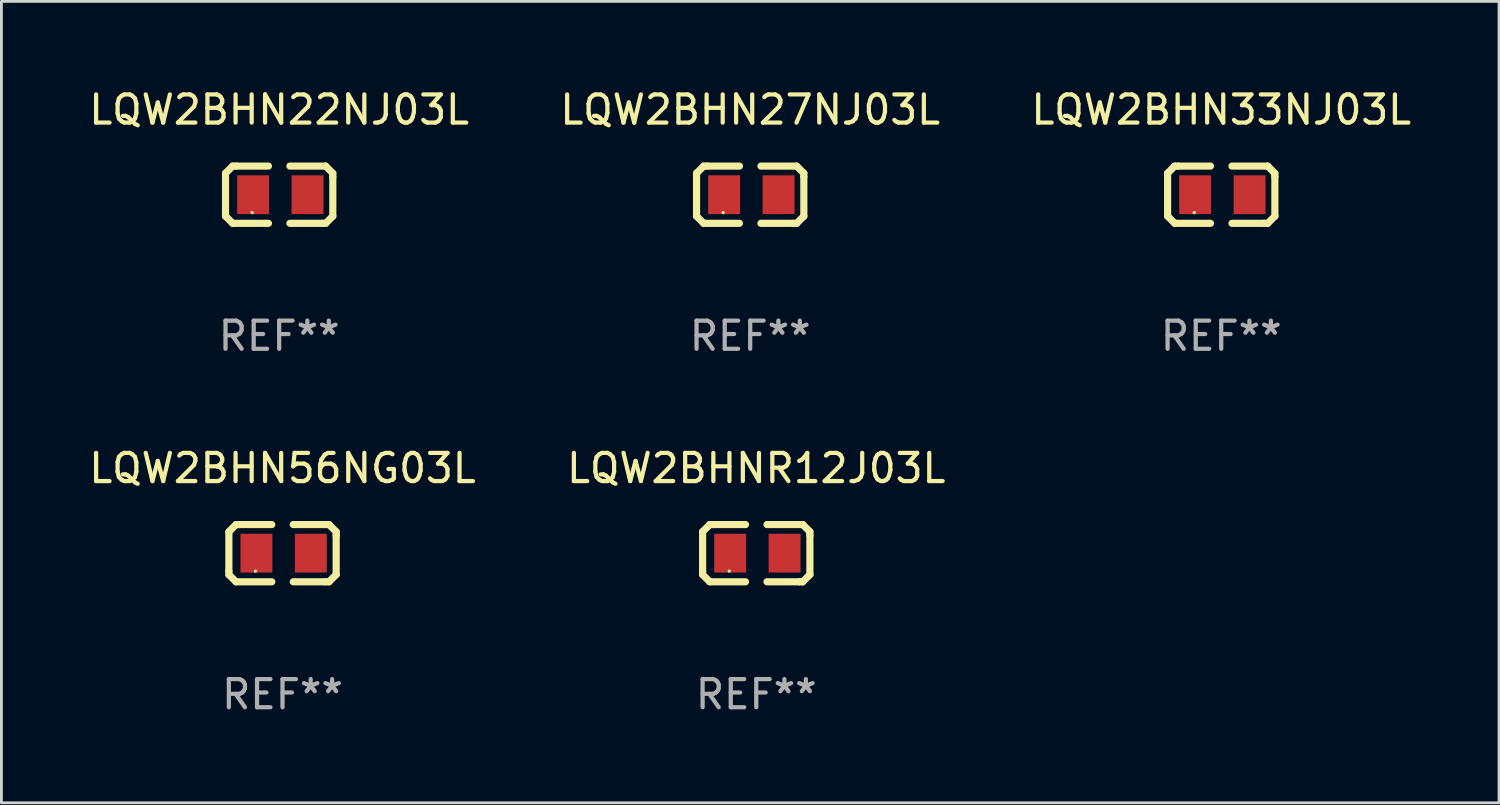
<source format=kicad_pcb>
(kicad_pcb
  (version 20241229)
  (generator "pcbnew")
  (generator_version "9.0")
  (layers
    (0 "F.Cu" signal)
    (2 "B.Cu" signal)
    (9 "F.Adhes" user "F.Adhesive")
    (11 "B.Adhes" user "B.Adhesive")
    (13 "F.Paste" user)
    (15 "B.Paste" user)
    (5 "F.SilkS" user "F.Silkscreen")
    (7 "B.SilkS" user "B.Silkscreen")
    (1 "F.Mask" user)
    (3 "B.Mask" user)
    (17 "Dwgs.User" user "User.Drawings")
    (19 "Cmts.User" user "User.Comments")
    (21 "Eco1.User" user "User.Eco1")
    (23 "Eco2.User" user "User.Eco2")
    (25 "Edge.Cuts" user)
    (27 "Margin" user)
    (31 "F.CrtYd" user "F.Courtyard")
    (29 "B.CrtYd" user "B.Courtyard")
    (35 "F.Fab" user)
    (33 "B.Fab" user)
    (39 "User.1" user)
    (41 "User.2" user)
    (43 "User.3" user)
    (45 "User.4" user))
  (footprint "LQW2BHN33NJ03L"
    (layer "F.Cu")
    (at 40.315 3.864)
    (property "Reference" "LQW2BHN33NJ03L" (at 0 -3.016 0) (layer "F.SilkS") (effects (font (size 1 1) (thickness 0.15))))
    (attr through_hole)
    (fp_line (start -1.905 -0.762) (end -1.905 0.635) (stroke (width 0.254) (type solid)) (layer "F.SilkS"))
    (fp_line (start -1.905 0.635) (end -1.905 0.762) (stroke (width 0.254) (type solid)) (layer "F.SilkS"))
    (fp_line (start -1.905 0.762) (end -1.651 1.016) (stroke (width 0.254) (type solid)) (layer "F.SilkS"))
    (fp_line (start -1.651 -1.016) (end -1.905 -0.762) (stroke (width 0.254) (type solid)) (layer "F.SilkS"))
    (fp_line (start -1.651 1.016) (end -0.381 1.016) (stroke (width 0.254) (type solid)) (layer "F.SilkS"))
    (fp_line (start -1.524 -1.016) (end -1.651 -1.016) (stroke (width 0.254) (type solid)) (layer "F.SilkS"))
    (fp_line (start -0.381 -1.016) (end -1.524 -1.016) (stroke (width 0.254) (type solid)) (layer "F.SilkS"))
    (fp_line (start 0.381 1.016) (end 1.524 1.016) (stroke (width 0.254) (type solid)) (layer "F.SilkS"))
    (fp_line (start 1.524 1.016) (end 1.651 1.016) (stroke (width 0.254) (type solid)) (layer "F.SilkS"))
    (fp_line (start 1.651 -1.016) (end 0.381 -1.016) (stroke (width 0.254) (type solid)) (layer "F.SilkS"))
    (fp_line (start 1.651 1.016) (end 1.905 0.762) (stroke (width 0.254) (type solid)) (layer "F.SilkS"))
    (fp_line (start 1.905 -0.762) (end 1.651 -1.016) (stroke (width 0.254) (type solid)) (layer "F.SilkS"))
    (fp_line (start 1.905 -0.635) (end 1.905 -0.762) (stroke (width 0.254) (type solid)) (layer "F.SilkS"))
    (fp_line (start 1.905 0.762) (end 1.905 -0.635) (stroke (width 0.254) (type solid)) (layer "F.SilkS"))
    (fp_circle (center -0.96 0.637) (end -0.93 0.637) (stroke (width 0.06) (type solid)) (fill no) (layer "F.SilkS"))
    (fp_text user "REF**" (at 0 5.016 0) (layer "F.Fab") (effects (font (size 1 1) (thickness 0.15))))
    (pad "1" smd rect (at -0.926 -0.000051) (size 1.133 1.377) (layers "F.Cu" "F.Mask" "F.Paste"))
    (pad "2" smd rect (at 1.006 -0.000051) (size 1.133 1.377) (layers "F.Cu" "F.Mask" "F.Paste")))
  (footprint "LQW2BHN22NJ03L"
    (layer "F.Cu")
    (at 6.863 3.864)
    (property "Reference" "LQW2BHN22NJ03L" (at 0 -3.016 0) (layer "F.SilkS") (effects (font (size 1 1) (thickness 0.15))))
    (attr through_hole)
    (fp_line (start -1.905 -0.762) (end -1.905 0.635) (stroke (width 0.254) (type solid)) (layer "F.SilkS"))
    (fp_line (start -1.905 0.635) (end -1.905 0.762) (stroke (width 0.254) (type solid)) (layer "F.SilkS"))
    (fp_line (start -1.905 0.762) (end -1.651 1.016) (stroke (width 0.254) (type solid)) (layer "F.SilkS"))
    (fp_line (start -1.651 -1.016) (end -1.905 -0.762) (stroke (width 0.254) (type solid)) (layer "F.SilkS"))
    (fp_line (start -1.651 1.016) (end -0.381 1.016) (stroke (width 0.254) (type solid)) (layer "F.SilkS"))
    (fp_line (start -1.524 -1.016) (end -1.651 -1.016) (stroke (width 0.254) (type solid)) (layer "F.SilkS"))
    (fp_line (start -0.381 -1.016) (end -1.524 -1.016) (stroke (width 0.254) (type solid)) (layer "F.SilkS"))
    (fp_line (start 0.381 1.016) (end 1.524 1.016) (stroke (width 0.254) (type solid)) (layer "F.SilkS"))
    (fp_line (start 1.524 1.016) (end 1.651 1.016) (stroke (width 0.254) (type solid)) (layer "F.SilkS"))
    (fp_line (start 1.651 -1.016) (end 0.381 -1.016) (stroke (width 0.254) (type solid)) (layer "F.SilkS"))
    (fp_line (start 1.651 1.016) (end 1.905 0.762) (stroke (width 0.254) (type solid)) (layer "F.SilkS"))
    (fp_line (start 1.905 -0.762) (end 1.651 -1.016) (stroke (width 0.254) (type solid)) (layer "F.SilkS"))
    (fp_line (start 1.905 -0.635) (end 1.905 -0.762) (stroke (width 0.254) (type solid)) (layer "F.SilkS"))
    (fp_line (start 1.905 0.762) (end 1.905 -0.635) (stroke (width 0.254) (type solid)) (layer "F.SilkS"))
    (fp_circle (center -0.96 0.637) (end -0.93 0.637) (stroke (width 0.06) (type solid)) (fill no) (layer "F.SilkS"))
    (fp_text user "REF**" (at 0 5.016 0) (layer "F.Fab") (effects (font (size 1 1) (thickness 0.15))))
    (pad "1" smd rect (at -0.926 -0.000051) (size 1.133 1.377) (layers "F.Cu" "F.Mask" "F.Paste"))
    (pad "2" smd rect (at 1.006 -0.000051) (size 1.133 1.377) (layers "F.Cu" "F.Mask" "F.Paste")))
  (footprint "LQW2BHN56NG03L"
    (layer "F.Cu")
    (at 6.982 16.593)
    (property "Reference" "LQW2BHN56NG03L" (at 0 -3.016 0) (layer "F.SilkS") (effects (font (size 1 1) (thickness 0.15))))
    (attr through_hole)
    (fp_line (start -1.905 -0.762) (end -1.905 0.635) (stroke (width 0.254) (type solid)) (layer "F.SilkS"))
    (fp_line (start -1.905 0.635) (end -1.905 0.762) (stroke (width 0.254) (type solid)) (layer "F.SilkS"))
    (fp_line (start -1.905 0.762) (end -1.651 1.016) (stroke (width 0.254) (type solid)) (layer "F.SilkS"))
    (fp_line (start -1.651 -1.016) (end -1.905 -0.762) (stroke (width 0.254) (type solid)) (layer "F.SilkS"))
    (fp_line (start -1.651 1.016) (end -0.381 1.016) (stroke (width 0.254) (type solid)) (layer "F.SilkS"))
    (fp_line (start -1.524 -1.016) (end -1.651 -1.016) (stroke (width 0.254) (type solid)) (layer "F.SilkS"))
    (fp_line (start -0.381 -1.016) (end -1.524 -1.016) (stroke (width 0.254) (type solid)) (layer "F.SilkS"))
    (fp_line (start 0.381 1.016) (end 1.524 1.016) (stroke (width 0.254) (type solid)) (layer "F.SilkS"))
    (fp_line (start 1.524 1.016) (end 1.651 1.016) (stroke (width 0.254) (type solid)) (layer "F.SilkS"))
    (fp_line (start 1.651 -1.016) (end 0.381 -1.016) (stroke (width 0.254) (type solid)) (layer "F.SilkS"))
    (fp_line (start 1.651 1.016) (end 1.905 0.762) (stroke (width 0.254) (type solid)) (layer "F.SilkS"))
    (fp_line (start 1.905 -0.762) (end 1.651 -1.016) (stroke (width 0.254) (type solid)) (layer "F.SilkS"))
    (fp_line (start 1.905 -0.635) (end 1.905 -0.762) (stroke (width 0.254) (type solid)) (layer "F.SilkS"))
    (fp_line (start 1.905 0.762) (end 1.905 -0.635) (stroke (width 0.254) (type solid)) (layer "F.SilkS"))
    (fp_circle (center -0.96 0.637) (end -0.93 0.637) (stroke (width 0.06) (type solid)) (fill no) (layer "F.SilkS"))
    (fp_text user "REF**" (at 0 5.016 0) (layer "F.Fab") (effects (font (size 1 1) (thickness 0.15))))
    (pad "1" smd rect (at -0.926 -0.000051) (size 1.133 1.377) (layers "F.Cu" "F.Mask" "F.Paste"))
    (pad "2" smd rect (at 1.006 -0.000051) (size 1.133 1.377) (layers "F.Cu" "F.Mask" "F.Paste")))
  (footprint "LQW2BHNR12J03L"
    (layer "F.Cu")
    (at 23.804 16.593)
    (property "Reference" "LQW2BHNR12J03L" (at 0 -3.016 0) (layer "F.SilkS") (effects (font (size 1 1) (thickness 0.15))))
    (attr through_hole)
    (fp_line (start -1.905 -0.762) (end -1.905 0.635) (stroke (width 0.254) (type solid)) (layer "F.SilkS"))
    (fp_line (start -1.905 0.635) (end -1.905 0.762) (stroke (width 0.254) (type solid)) (layer "F.SilkS"))
    (fp_line (start -1.905 0.762) (end -1.651 1.016) (stroke (width 0.254) (type solid)) (layer "F.SilkS"))
    (fp_line (start -1.651 -1.016) (end -1.905 -0.762) (stroke (width 0.254) (type solid)) (layer "F.SilkS"))
    (fp_line (start -1.651 1.016) (end -0.381 1.016) (stroke (width 0.254) (type solid)) (layer "F.SilkS"))
    (fp_line (start -1.524 -1.016) (end -1.651 -1.016) (stroke (width 0.254) (type solid)) (layer "F.SilkS"))
    (fp_line (start -0.381 -1.016) (end -1.524 -1.016) (stroke (width 0.254) (type solid)) (layer "F.SilkS"))
    (fp_line (start 0.381 1.016) (end 1.524 1.016) (stroke (width 0.254) (type solid)) (layer "F.SilkS"))
    (fp_line (start 1.524 1.016) (end 1.651 1.016) (stroke (width 0.254) (type solid)) (layer "F.SilkS"))
    (fp_line (start 1.651 -1.016) (end 0.381 -1.016) (stroke (width 0.254) (type solid)) (layer "F.SilkS"))
    (fp_line (start 1.651 1.016) (end 1.905 0.762) (stroke (width 0.254) (type solid)) (layer "F.SilkS"))
    (fp_line (start 1.905 -0.762) (end 1.651 -1.016) (stroke (width 0.254) (type solid)) (layer "F.SilkS"))
    (fp_line (start 1.905 -0.635) (end 1.905 -0.762) (stroke (width 0.254) (type solid)) (layer "F.SilkS"))
    (fp_line (start 1.905 0.762) (end 1.905 -0.635) (stroke (width 0.254) (type solid)) (layer "F.SilkS"))
    (fp_circle (center -0.96 0.637) (end -0.93 0.637) (stroke (width 0.06) (type solid)) (fill no) (layer "F.SilkS"))
    (fp_text user "REF**" (at 0 5.016 0) (layer "F.Fab") (effects (font (size 1 1) (thickness 0.15))))
    (pad "1" smd rect (at -0.926 -0.000051) (size 1.133 1.377) (layers "F.Cu" "F.Mask" "F.Paste"))
    (pad "2" smd rect (at 1.006 -0.000051) (size 1.133 1.377) (layers "F.Cu" "F.Mask" "F.Paste")))
  (footprint "LQW2BHN27NJ03L"
    (layer "F.Cu")
    (at 23.589 3.864)
    (property "Reference" "LQW2BHN27NJ03L" (at 0 -3.016 0) (layer "F.SilkS") (effects (font (size 1 1) (thickness 0.15))))
    (attr through_hole)
    (fp_line (start -1.905 -0.762) (end -1.905 0.635) (stroke (width 0.254) (type solid)) (layer "F.SilkS"))
    (fp_line (start -1.905 0.635) (end -1.905 0.762) (stroke (width 0.254) (type solid)) (layer "F.SilkS"))
    (fp_line (start -1.905 0.762) (end -1.651 1.016) (stroke (width 0.254) (type solid)) (layer "F.SilkS"))
    (fp_line (start -1.651 -1.016) (end -1.905 -0.762) (stroke (width 0.254) (type solid)) (layer "F.SilkS"))
    (fp_line (start -1.651 1.016) (end -0.381 1.016) (stroke (width 0.254) (type solid)) (layer "F.SilkS"))
    (fp_line (start -1.524 -1.016) (end -1.651 -1.016) (stroke (width 0.254) (type solid)) (layer "F.SilkS"))
    (fp_line (start -0.381 -1.016) (end -1.524 -1.016) (stroke (width 0.254) (type solid)) (layer "F.SilkS"))
    (fp_line (start 0.381 1.016) (end 1.524 1.016) (stroke (width 0.254) (type solid)) (layer "F.SilkS"))
    (fp_line (start 1.524 1.016) (end 1.651 1.016) (stroke (width 0.254) (type solid)) (layer "F.SilkS"))
    (fp_line (start 1.651 -1.016) (end 0.381 -1.016) (stroke (width 0.254) (type solid)) (layer "F.SilkS"))
    (fp_line (start 1.651 1.016) (end 1.905 0.762) (stroke (width 0.254) (type solid)) (layer "F.SilkS"))
    (fp_line (start 1.905 -0.762) (end 1.651 -1.016) (stroke (width 0.254) (type solid)) (layer "F.SilkS"))
    (fp_line (start 1.905 -0.635) (end 1.905 -0.762) (stroke (width 0.254) (type solid)) (layer "F.SilkS"))
    (fp_line (start 1.905 0.762) (end 1.905 -0.635) (stroke (width 0.254) (type solid)) (layer "F.SilkS"))
    (fp_circle (center -0.96 0.637) (end -0.93 0.637) (stroke (width 0.06) (type solid)) (fill no) (layer "F.SilkS"))
    (fp_text user "REF**" (at 0 5.016 0) (layer "F.Fab") (effects (font (size 1 1) (thickness 0.15))))
    (pad "1" smd rect (at -0.926 -0.000051) (size 1.133 1.377) (layers "F.Cu" "F.Mask" "F.Paste"))
    (pad "2" smd rect (at 1.006 -0.000051) (size 1.133 1.377) (layers "F.Cu" "F.Mask" "F.Paste")))
  (gr_rect
    (start -3 -3)
    (end 50.179 25.457)
    (stroke (width 0.1) (type default))
    (fill no)
    (layer "Edge.Cuts")))
</source>
